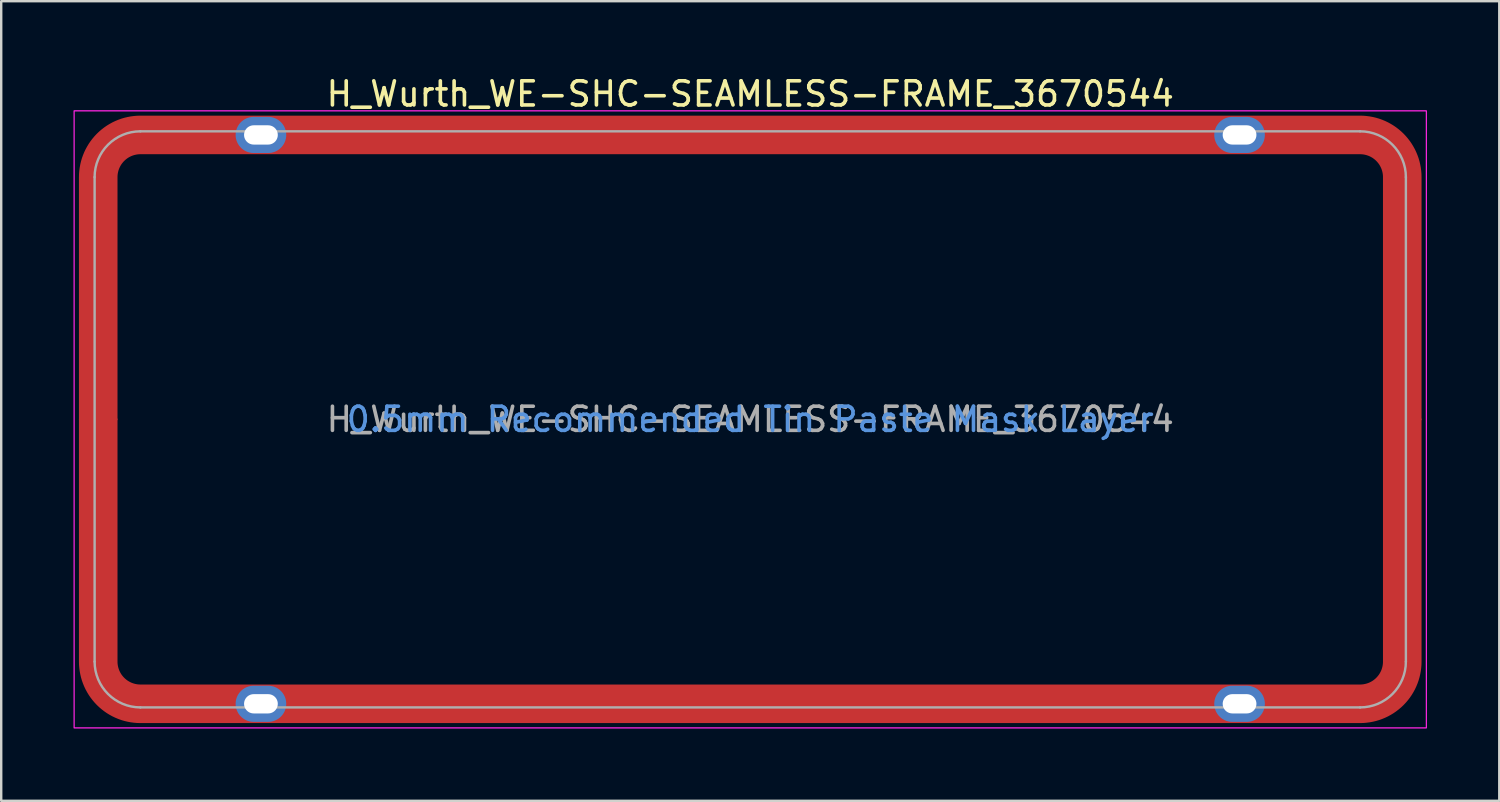
<source format=kicad_pcb>
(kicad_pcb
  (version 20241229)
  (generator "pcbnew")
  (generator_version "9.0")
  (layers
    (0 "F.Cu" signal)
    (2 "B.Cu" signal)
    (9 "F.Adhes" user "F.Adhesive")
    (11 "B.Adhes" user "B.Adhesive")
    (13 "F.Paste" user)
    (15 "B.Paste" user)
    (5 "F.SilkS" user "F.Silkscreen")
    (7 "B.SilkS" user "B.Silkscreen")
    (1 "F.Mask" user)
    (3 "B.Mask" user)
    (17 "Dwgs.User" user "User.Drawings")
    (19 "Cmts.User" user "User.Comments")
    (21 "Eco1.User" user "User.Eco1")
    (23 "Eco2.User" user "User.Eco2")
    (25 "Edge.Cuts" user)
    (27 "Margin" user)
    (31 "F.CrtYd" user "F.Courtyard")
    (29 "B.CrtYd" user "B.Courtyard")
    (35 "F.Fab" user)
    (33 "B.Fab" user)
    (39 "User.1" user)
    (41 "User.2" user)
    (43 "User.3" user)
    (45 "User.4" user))
  (footprint "H_Wurth_WE-SHC-SEAMLESS-FRAME_3670544"
    (layer "F.Cu")
    (at 28.075 14.348)
    (property "Reference" "H_Wurth_WE-SHC-SEAMLESS-FRAME_3670544" (at 0 -13.5 0) (unlocked yes) (layer "F.SilkS") (effects (font (size 1 1) (thickness 0.15))))
    (attr smd)
    (fp_poly (pts (xy -26.3 0.004) (xy -27.8 0.004) (xy -27.8 -10.05) (xy -27.797 -10.181) (xy -27.786 -10.311) (xy -27.769 -10.441) (xy -27.745 -10.57) (xy -27.715 -10.697) (xy -27.678 -10.823) (xy -27.634 -10.946) (xy -27.584 -11.067) (xy -27.528 -11.185) (xy -27.465 -11.3) (xy -27.397 -11.412) (xy -27.323 -11.519) (xy -27.243 -11.623) (xy -27.158 -11.723) (xy -27.068 -11.818) (xy -26.973 -11.908) (xy -26.873 -11.993) (xy -26.769 -12.073) (xy -26.662 -12.147) (xy -26.55 -12.215) (xy -26.435 -12.278) (xy -26.317 -12.334) (xy -26.196 -12.384) (xy -26.073 -12.428) (xy -25.947 -12.465) (xy -25.82 -12.495) (xy -25.691 -12.519) (xy -25.561 -12.536) (xy -25.431 -12.547) (xy -25.3 -12.55) (xy 25.3 -12.55) (xy 25.431 -12.547) (xy 25.561 -12.536) (xy 25.691 -12.519) (xy 25.82 -12.495) (xy 25.947 -12.465) (xy 26.073 -12.428) (xy 26.196 -12.384) (xy 26.317 -12.334) (xy 26.435 -12.278) (xy 26.55 -12.215) (xy 26.662 -12.147) (xy 26.769 -12.073) (xy 26.873 -11.993) (xy 26.973 -11.908) (xy 27.068 -11.818) (xy 27.158 -11.723) (xy 27.243 -11.623) (xy 27.323 -11.519) (xy 27.397 -11.412) (xy 27.465 -11.3) (xy 27.528 -11.185) (xy 27.584 -11.067) (xy 27.634 -10.946) (xy 27.678 -10.823) (xy 27.715 -10.697) (xy 27.745 -10.57) (xy 27.769 -10.441) (xy 27.786 -10.311) (xy 27.797 -10.181) (xy 27.8 -10.05) (xy 27.8 0.004) (xy 26.3 0.004) (xy 26.3 -10.05) (xy 26.299 -10.102) (xy 26.295 -10.155) (xy 26.288 -10.206) (xy 26.278 -10.258) (xy 26.266 -10.309) (xy 26.251 -10.359) (xy 26.234 -10.408) (xy 26.214 -10.457) (xy 26.191 -10.504) (xy 26.166 -10.55) (xy 26.139 -10.595) (xy 26.109 -10.638) (xy 26.077 -10.679) (xy 26.043 -10.719) (xy 26.007 -10.757) (xy 25.969 -10.793) (xy 25.929 -10.827) (xy 25.888 -10.859) (xy 25.845 -10.889) (xy 25.8 -10.916) (xy 25.754 -10.941) (xy 25.707 -10.964) (xy 25.658 -10.984) (xy 25.609 -11.001) (xy 25.559 -11.016) (xy 25.508 -11.028) (xy 25.456 -11.038) (xy 25.405 -11.045) (xy 25.352 -11.049) (xy 25.3 -11.05) (xy -25.3 -11.05) (xy -25.352 -11.049) (xy -25.405 -11.045) (xy -25.456 -11.038) (xy -25.508 -11.028) (xy -25.559 -11.016) (xy -25.609 -11.001) (xy -25.658 -10.984) (xy -25.707 -10.964) (xy -25.754 -10.941) (xy -25.8 -10.916) (xy -25.845 -10.889) (xy -25.888 -10.859) (xy -25.929 -10.827) (xy -25.969 -10.793) (xy -26.007 -10.757) (xy -26.043 -10.719) (xy -26.077 -10.679) (xy -26.109 -10.638) (xy -26.139 -10.595) (xy -26.166 -10.55) (xy -26.191 -10.504) (xy -26.214 -10.457) (xy -26.234 -10.408) (xy -26.251 -10.359) (xy -26.266 -10.309) (xy -26.278 -10.258) (xy -26.288 -10.206) (xy -26.295 -10.155) (xy -26.299 -10.102) (xy -26.3 -10.05) (xy -26.3 -0.25)) (stroke (width 0.1) (type solid)) (fill yes) (layer "F.Cu"))
    (fp_poly (pts (xy 26.3 -0.004) (xy 27.8 -0.004) (xy 27.8 10.05) (xy 27.797 10.181) (xy 27.786 10.311) (xy 27.769 10.441) (xy 27.745 10.57) (xy 27.715 10.697) (xy 27.678 10.823) (xy 27.634 10.946) (xy 27.584 11.067) (xy 27.528 11.185) (xy 27.465 11.3) (xy 27.397 11.412) (xy 27.323 11.519) (xy 27.243 11.623) (xy 27.158 11.723) (xy 27.068 11.818) (xy 26.973 11.908) (xy 26.873 11.993) (xy 26.769 12.073) (xy 26.662 12.147) (xy 26.55 12.215) (xy 26.435 12.278) (xy 26.317 12.334) (xy 26.196 12.384) (xy 26.073 12.428) (xy 25.947 12.465) (xy 25.82 12.495) (xy 25.691 12.519) (xy 25.561 12.536) (xy 25.431 12.547) (xy 25.3 12.55) (xy -25.3 12.55) (xy -25.431 12.547) (xy -25.561 12.536) (xy -25.691 12.519) (xy -25.82 12.495) (xy -25.947 12.465) (xy -26.073 12.428) (xy -26.196 12.384) (xy -26.317 12.334) (xy -26.435 12.278) (xy -26.55 12.215) (xy -26.662 12.147) (xy -26.769 12.073) (xy -26.873 11.993) (xy -26.973 11.908) (xy -27.068 11.818) (xy -27.158 11.723) (xy -27.243 11.623) (xy -27.323 11.519) (xy -27.397 11.412) (xy -27.465 11.3) (xy -27.528 11.185) (xy -27.584 11.067) (xy -27.634 10.946) (xy -27.678 10.823) (xy -27.715 10.697) (xy -27.745 10.57) (xy -27.769 10.441) (xy -27.786 10.311) (xy -27.797 10.181) (xy -27.8 10.05) (xy -27.8 -0.004) (xy -26.3 -0.004) (xy -26.3 10.05) (xy -26.299 10.102) (xy -26.295 10.155) (xy -26.288 10.206) (xy -26.278 10.258) (xy -26.266 10.309) (xy -26.251 10.359) (xy -26.234 10.408) (xy -26.214 10.457) (xy -26.191 10.504) (xy -26.166 10.55) (xy -26.139 10.595) (xy -26.109 10.638) (xy -26.077 10.679) (xy -26.043 10.719) (xy -26.007 10.757) (xy -25.969 10.793) (xy -25.929 10.827) (xy -25.888 10.859) (xy -25.845 10.889) (xy -25.8 10.916) (xy -25.754 10.941) (xy -25.707 10.964) (xy -25.658 10.984) (xy -25.609 11.001) (xy -25.559 11.016) (xy -25.508 11.028) (xy -25.456 11.038) (xy -25.405 11.045) (xy -25.352 11.049) (xy -25.3 11.05) (xy 25.3 11.05) (xy 25.352 11.049) (xy 25.405 11.045) (xy 25.456 11.038) (xy 25.508 11.028) (xy 25.559 11.016) (xy 25.609 11.001) (xy 25.658 10.984) (xy 25.707 10.964) (xy 25.754 10.941) (xy 25.8 10.916) (xy 25.845 10.889) (xy 25.888 10.859) (xy 25.929 10.827) (xy 25.969 10.793) (xy 26.007 10.757) (xy 26.043 10.719) (xy 26.077 10.679) (xy 26.109 10.638) (xy 26.139 10.595) (xy 26.166 10.55) (xy 26.191 10.504) (xy 26.214 10.457) (xy 26.234 10.408) (xy 26.251 10.359) (xy 26.266 10.309) (xy 26.278 10.258) (xy 26.288 10.206) (xy 26.295 10.155) (xy 26.299 10.102) (xy 26.3 10.05) (xy 26.3 0.25)) (stroke (width 0.1) (type solid)) (fill yes) (layer "F.Cu"))
    (fp_poly (pts (xy -26.3 0.004) (xy -27.8 0.004) (xy -27.8 -10.05) (xy -27.797 -10.181) (xy -27.786 -10.311) (xy -27.769 -10.441) (xy -27.745 -10.57) (xy -27.715 -10.697) (xy -27.678 -10.823) (xy -27.634 -10.946) (xy -27.584 -11.067) (xy -27.528 -11.185) (xy -27.465 -11.3) (xy -27.397 -11.412) (xy -27.323 -11.519) (xy -27.243 -11.623) (xy -27.158 -11.723) (xy -27.068 -11.818) (xy -26.973 -11.908) (xy -26.873 -11.993) (xy -26.769 -12.073) (xy -26.662 -12.147) (xy -26.55 -12.215) (xy -26.435 -12.278) (xy -26.317 -12.334) (xy -26.196 -12.384) (xy -26.073 -12.428) (xy -25.947 -12.465) (xy -25.82 -12.495) (xy -25.691 -12.519) (xy -25.561 -12.536) (xy -25.431 -12.547) (xy -25.3 -12.55) (xy 25.3 -12.55) (xy 25.431 -12.547) (xy 25.561 -12.536) (xy 25.691 -12.519) (xy 25.82 -12.495) (xy 25.947 -12.465) (xy 26.073 -12.428) (xy 26.196 -12.384) (xy 26.317 -12.334) (xy 26.435 -12.278) (xy 26.55 -12.215) (xy 26.662 -12.147) (xy 26.769 -12.073) (xy 26.873 -11.993) (xy 26.973 -11.908) (xy 27.068 -11.818) (xy 27.158 -11.723) (xy 27.243 -11.623) (xy 27.323 -11.519) (xy 27.397 -11.412) (xy 27.465 -11.3) (xy 27.528 -11.185) (xy 27.584 -11.067) (xy 27.634 -10.946) (xy 27.678 -10.823) (xy 27.715 -10.697) (xy 27.745 -10.57) (xy 27.769 -10.441) (xy 27.786 -10.311) (xy 27.797 -10.181) (xy 27.8 -10.05) (xy 27.8 0.004) (xy 26.3 0.004) (xy 26.3 -10.05) (xy 26.299 -10.102) (xy 26.295 -10.155) (xy 26.288 -10.206) (xy 26.278 -10.258) (xy 26.266 -10.309) (xy 26.251 -10.359) (xy 26.234 -10.408) (xy 26.214 -10.457) (xy 26.191 -10.504) (xy 26.166 -10.55) (xy 26.139 -10.595) (xy 26.109 -10.638) (xy 26.077 -10.679) (xy 26.043 -10.719) (xy 26.007 -10.757) (xy 25.969 -10.793) (xy 25.929 -10.827) (xy 25.888 -10.859) (xy 25.845 -10.889) (xy 25.8 -10.916) (xy 25.754 -10.941) (xy 25.707 -10.964) (xy 25.658 -10.984) (xy 25.609 -11.001) (xy 25.559 -11.016) (xy 25.508 -11.028) (xy 25.456 -11.038) (xy 25.405 -11.045) (xy 25.352 -11.049) (xy 25.3 -11.05) (xy -25.3 -11.05) (xy -25.352 -11.049) (xy -25.405 -11.045) (xy -25.456 -11.038) (xy -25.508 -11.028) (xy -25.559 -11.016) (xy -25.609 -11.001) (xy -25.658 -10.984) (xy -25.707 -10.964) (xy -25.754 -10.941) (xy -25.8 -10.916) (xy -25.845 -10.889) (xy -25.888 -10.859) (xy -25.929 -10.827) (xy -25.969 -10.793) (xy -26.007 -10.757) (xy -26.043 -10.719) (xy -26.077 -10.679) (xy -26.109 -10.638) (xy -26.139 -10.595) (xy -26.166 -10.55) (xy -26.191 -10.504) (xy -26.214 -10.457) (xy -26.234 -10.408) (xy -26.251 -10.359) (xy -26.266 -10.309) (xy -26.278 -10.258) (xy -26.288 -10.206) (xy -26.295 -10.155) (xy -26.299 -10.102) (xy -26.3 -10.05) (xy -26.3 -0.25)) (stroke (width 0.1) (type solid)) (fill yes) (layer "F.Mask"))
    (fp_poly (pts (xy 26.3 -0.004) (xy 27.8 -0.004) (xy 27.8 10.05) (xy 27.797 10.181) (xy 27.786 10.311) (xy 27.769 10.441) (xy 27.745 10.57) (xy 27.715 10.697) (xy 27.678 10.823) (xy 27.634 10.946) (xy 27.584 11.067) (xy 27.528 11.185) (xy 27.465 11.3) (xy 27.397 11.412) (xy 27.323 11.519) (xy 27.243 11.623) (xy 27.158 11.723) (xy 27.068 11.818) (xy 26.973 11.908) (xy 26.873 11.993) (xy 26.769 12.073) (xy 26.662 12.147) (xy 26.55 12.215) (xy 26.435 12.278) (xy 26.317 12.334) (xy 26.196 12.384) (xy 26.073 12.428) (xy 25.947 12.465) (xy 25.82 12.495) (xy 25.691 12.519) (xy 25.561 12.536) (xy 25.431 12.547) (xy 25.3 12.55) (xy -25.3 12.55) (xy -25.431 12.547) (xy -25.561 12.536) (xy -25.691 12.519) (xy -25.82 12.495) (xy -25.947 12.465) (xy -26.073 12.428) (xy -26.196 12.384) (xy -26.317 12.334) (xy -26.435 12.278) (xy -26.55 12.215) (xy -26.662 12.147) (xy -26.769 12.073) (xy -26.873 11.993) (xy -26.973 11.908) (xy -27.068 11.818) (xy -27.158 11.723) (xy -27.243 11.623) (xy -27.323 11.519) (xy -27.397 11.412) (xy -27.465 11.3) (xy -27.528 11.185) (xy -27.584 11.067) (xy -27.634 10.946) (xy -27.678 10.823) (xy -27.715 10.697) (xy -27.745 10.57) (xy -27.769 10.441) (xy -27.786 10.311) (xy -27.797 10.181) (xy -27.8 10.05) (xy -27.8 -0.004) (xy -26.3 -0.004) (xy -26.3 10.05) (xy -26.299 10.102) (xy -26.295 10.155) (xy -26.288 10.206) (xy -26.278 10.258) (xy -26.266 10.309) (xy -26.251 10.359) (xy -26.234 10.408) (xy -26.214 10.457) (xy -26.191 10.504) (xy -26.166 10.55) (xy -26.139 10.595) (xy -26.109 10.638) (xy -26.077 10.679) (xy -26.043 10.719) (xy -26.007 10.757) (xy -25.969 10.793) (xy -25.929 10.827) (xy -25.888 10.859) (xy -25.845 10.889) (xy -25.8 10.916) (xy -25.754 10.941) (xy -25.707 10.964) (xy -25.658 10.984) (xy -25.609 11.001) (xy -25.559 11.016) (xy -25.508 11.028) (xy -25.456 11.038) (xy -25.405 11.045) (xy -25.352 11.049) (xy -25.3 11.05) (xy 25.3 11.05) (xy 25.352 11.049) (xy 25.405 11.045) (xy 25.456 11.038) (xy 25.508 11.028) (xy 25.559 11.016) (xy 25.609 11.001) (xy 25.658 10.984) (xy 25.707 10.964) (xy 25.754 10.941) (xy 25.8 10.916) (xy 25.845 10.889) (xy 25.888 10.859) (xy 25.929 10.827) (xy 25.969 10.793) (xy 26.007 10.757) (xy 26.043 10.719) (xy 26.077 10.679) (xy 26.109 10.638) (xy 26.139 10.595) (xy 26.166 10.55) (xy 26.191 10.504) (xy 26.214 10.457) (xy 26.234 10.408) (xy 26.251 10.359) (xy 26.266 10.309) (xy 26.278 10.258) (xy 26.288 10.206) (xy 26.295 10.155) (xy 26.299 10.102) (xy 26.3 10.05) (xy 26.3 0.25)) (stroke (width 0.1) (type solid)) (fill yes) (layer "F.Mask"))
    (fp_poly (pts (xy -26.3 0.004) (xy -27.8 0.004) (xy -27.8 -10.05) (xy -27.797 -10.181) (xy -27.786 -10.311) (xy -27.769 -10.441) (xy -27.745 -10.57) (xy -27.715 -10.697) (xy -27.678 -10.823) (xy -27.634 -10.946) (xy -27.584 -11.067) (xy -27.528 -11.185) (xy -27.465 -11.3) (xy -27.397 -11.412) (xy -27.323 -11.519) (xy -27.243 -11.623) (xy -27.158 -11.723) (xy -27.068 -11.818) (xy -26.973 -11.908) (xy -26.873 -11.993) (xy -26.769 -12.073) (xy -26.662 -12.147) (xy -26.55 -12.215) (xy -26.435 -12.278) (xy -26.317 -12.334) (xy -26.196 -12.384) (xy -26.073 -12.428) (xy -25.947 -12.465) (xy -25.82 -12.495) (xy -25.691 -12.519) (xy -25.561 -12.536) (xy -25.431 -12.547) (xy -25.3 -12.55) (xy 25.3 -12.55) (xy 25.431 -12.547) (xy 25.561 -12.536) (xy 25.691 -12.519) (xy 25.82 -12.495) (xy 25.947 -12.465) (xy 26.073 -12.428) (xy 26.196 -12.384) (xy 26.317 -12.334) (xy 26.435 -12.278) (xy 26.55 -12.215) (xy 26.662 -12.147) (xy 26.769 -12.073) (xy 26.873 -11.993) (xy 26.973 -11.908) (xy 27.068 -11.818) (xy 27.158 -11.723) (xy 27.243 -11.623) (xy 27.323 -11.519) (xy 27.397 -11.412) (xy 27.465 -11.3) (xy 27.528 -11.185) (xy 27.584 -11.067) (xy 27.634 -10.946) (xy 27.678 -10.823) (xy 27.715 -10.697) (xy 27.745 -10.57) (xy 27.769 -10.441) (xy 27.786 -10.311) (xy 27.797 -10.181) (xy 27.8 -10.05) (xy 27.8 0.004) (xy 26.3 0.004) (xy 26.3 -10.05) (xy 26.299 -10.102) (xy 26.295 -10.155) (xy 26.288 -10.206) (xy 26.278 -10.258) (xy 26.266 -10.309) (xy 26.251 -10.359) (xy 26.234 -10.408) (xy 26.214 -10.457) (xy 26.191 -10.504) (xy 26.166 -10.55) (xy 26.139 -10.595) (xy 26.109 -10.638) (xy 26.077 -10.679) (xy 26.043 -10.719) (xy 26.007 -10.757) (xy 25.969 -10.793) (xy 25.929 -10.827) (xy 25.888 -10.859) (xy 25.845 -10.889) (xy 25.8 -10.916) (xy 25.754 -10.941) (xy 25.707 -10.964) (xy 25.658 -10.984) (xy 25.609 -11.001) (xy 25.559 -11.016) (xy 25.508 -11.028) (xy 25.456 -11.038) (xy 25.405 -11.045) (xy 25.352 -11.049) (xy 25.3 -11.05) (xy -25.3 -11.05) (xy -25.352 -11.049) (xy -25.405 -11.045) (xy -25.456 -11.038) (xy -25.508 -11.028) (xy -25.559 -11.016) (xy -25.609 -11.001) (xy -25.658 -10.984) (xy -25.707 -10.964) (xy -25.754 -10.941) (xy -25.8 -10.916) (xy -25.845 -10.889) (xy -25.888 -10.859) (xy -25.929 -10.827) (xy -25.969 -10.793) (xy -26.007 -10.757) (xy -26.043 -10.719) (xy -26.077 -10.679) (xy -26.109 -10.638) (xy -26.139 -10.595) (xy -26.166 -10.55) (xy -26.191 -10.504) (xy -26.214 -10.457) (xy -26.234 -10.408) (xy -26.251 -10.359) (xy -26.266 -10.309) (xy -26.278 -10.258) (xy -26.288 -10.206) (xy -26.295 -10.155) (xy -26.299 -10.102) (xy -26.3 -10.05) (xy -26.3 -0.25)) (stroke (width 0.1) (type solid)) (fill yes) (layer "F.Paste"))
    (fp_poly (pts (xy 26.3 -0.004) (xy 27.8 -0.004) (xy 27.8 10.05) (xy 27.797 10.181) (xy 27.786 10.311) (xy 27.769 10.441) (xy 27.745 10.57) (xy 27.715 10.697) (xy 27.678 10.823) (xy 27.634 10.946) (xy 27.584 11.067) (xy 27.528 11.185) (xy 27.465 11.3) (xy 27.397 11.412) (xy 27.323 11.519) (xy 27.243 11.623) (xy 27.158 11.723) (xy 27.068 11.818) (xy 26.973 11.908) (xy 26.873 11.993) (xy 26.769 12.073) (xy 26.662 12.147) (xy 26.55 12.215) (xy 26.435 12.278) (xy 26.317 12.334) (xy 26.196 12.384) (xy 26.073 12.428) (xy 25.947 12.465) (xy 25.82 12.495) (xy 25.691 12.519) (xy 25.561 12.536) (xy 25.431 12.547) (xy 25.3 12.55) (xy -25.3 12.55) (xy -25.431 12.547) (xy -25.561 12.536) (xy -25.691 12.519) (xy -25.82 12.495) (xy -25.947 12.465) (xy -26.073 12.428) (xy -26.196 12.384) (xy -26.317 12.334) (xy -26.435 12.278) (xy -26.55 12.215) (xy -26.662 12.147) (xy -26.769 12.073) (xy -26.873 11.993) (xy -26.973 11.908) (xy -27.068 11.818) (xy -27.158 11.723) (xy -27.243 11.623) (xy -27.323 11.519) (xy -27.397 11.412) (xy -27.465 11.3) (xy -27.528 11.185) (xy -27.584 11.067) (xy -27.634 10.946) (xy -27.678 10.823) (xy -27.715 10.697) (xy -27.745 10.57) (xy -27.769 10.441) (xy -27.786 10.311) (xy -27.797 10.181) (xy -27.8 10.05) (xy -27.8 -0.004) (xy -26.3 -0.004) (xy -26.3 10.05) (xy -26.299 10.102) (xy -26.295 10.155) (xy -26.288 10.206) (xy -26.278 10.258) (xy -26.266 10.309) (xy -26.251 10.359) (xy -26.234 10.408) (xy -26.214 10.457) (xy -26.191 10.504) (xy -26.166 10.55) (xy -26.139 10.595) (xy -26.109 10.638) (xy -26.077 10.679) (xy -26.043 10.719) (xy -26.007 10.757) (xy -25.969 10.793) (xy -25.929 10.827) (xy -25.888 10.859) (xy -25.845 10.889) (xy -25.8 10.916) (xy -25.754 10.941) (xy -25.707 10.964) (xy -25.658 10.984) (xy -25.609 11.001) (xy -25.559 11.016) (xy -25.508 11.028) (xy -25.456 11.038) (xy -25.405 11.045) (xy -25.352 11.049) (xy -25.3 11.05) (xy 25.3 11.05) (xy 25.352 11.049) (xy 25.405 11.045) (xy 25.456 11.038) (xy 25.508 11.028) (xy 25.559 11.016) (xy 25.609 11.001) (xy 25.658 10.984) (xy 25.707 10.964) (xy 25.754 10.941) (xy 25.8 10.916) (xy 25.845 10.889) (xy 25.888 10.859) (xy 25.929 10.827) (xy 25.969 10.793) (xy 26.007 10.757) (xy 26.043 10.719) (xy 26.077 10.679) (xy 26.109 10.638) (xy 26.139 10.595) (xy 26.166 10.55) (xy 26.191 10.504) (xy 26.214 10.457) (xy 26.234 10.408) (xy 26.251 10.359) (xy 26.266 10.309) (xy 26.278 10.258) (xy 26.288 10.206) (xy 26.295 10.155) (xy 26.299 10.102) (xy 26.3 10.05) (xy 26.3 0.25)) (stroke (width 0.1) (type solid)) (fill yes) (layer "F.Paste"))
    (fp_rect (start -28.05 -12.8) (end 28.05 12.8) (stroke (width 0.05) (type solid)) (fill no) (layer "F.CrtYd"))
    (fp_line (start -27.2 10.05) (end -27.2 -10.05) (stroke (width 0.1) (type solid)) (layer "F.Fab"))
    (fp_line (start -25.3 -11.95) (end 25.3 -11.95) (stroke (width 0.1) (type solid)) (layer "F.Fab"))
    (fp_line (start -25.3 11.95) (end 25.3 11.95) (stroke (width 0.1) (type solid)) (layer "F.Fab"))
    (fp_line (start 27.2 10.05) (end 27.2 -10.05) (stroke (width 0.1) (type solid)) (layer "F.Fab"))
    (fp_arc (start -27.2 -10.05) (mid -26.643503 -11.393502) (end -25.300001 -11.949999) (stroke (width 0.1) (type default)) (layer "F.Fab"))
    (fp_arc (start -25.3 11.95) (mid -26.643502 11.393503) (end -27.199999 10.050001) (stroke (width 0.1) (type default)) (layer "F.Fab"))
    (fp_arc (start 25.3 -11.95) (mid 26.643502 -11.393503) (end 27.199999 -10.050001) (stroke (width 0.1) (type default)) (layer "F.Fab"))
    (fp_arc (start 27.2 10.05) (mid 26.643504 11.393503) (end 25.300001 11.95) (stroke (width 0.1) (type default)) (layer "F.Fab"))
    (fp_text user "0.5mm Recommended Tin Paste Mask Layer" (at 0 0 0) (unlocked yes) (layer "Cmts.User") (effects (font (size 1 1) (thickness 0.15))))
    (fp_text user "${REFERENCE}" (at 0 0 0) (unlocked yes) (layer "F.Fab") (effects (font (size 1 1) (thickness 0.15))))
    (pad "1" thru_hole oval (at -20.3 -11.8) (size 2.1 1.5) (drill oval 1.4 0.8) (layers "*.Cu" "*.Mask"))
    (pad "1" thru_hole oval (at -20.3 11.8) (size 2.1 1.5) (drill oval 1.4 0.8) (layers "*.Cu" "*.Mask"))
    (pad "1" thru_hole oval (at 20.3 -11.8) (size 2.1 1.5) (drill oval 1.4 0.8) (layers "*.Cu" "*.Mask"))
    (pad "1" thru_hole oval (at 20.3 11.8) (size 2.1 1.5) (drill oval 1.4 0.8) (layers "*.Cu" "*.Mask")))
  (gr_rect
    (start -3 -3)
    (end 59.15 30.173)
    (stroke (width 0.1) (type default))
    (fill no)
    (layer "Edge.Cuts")))
</source>
